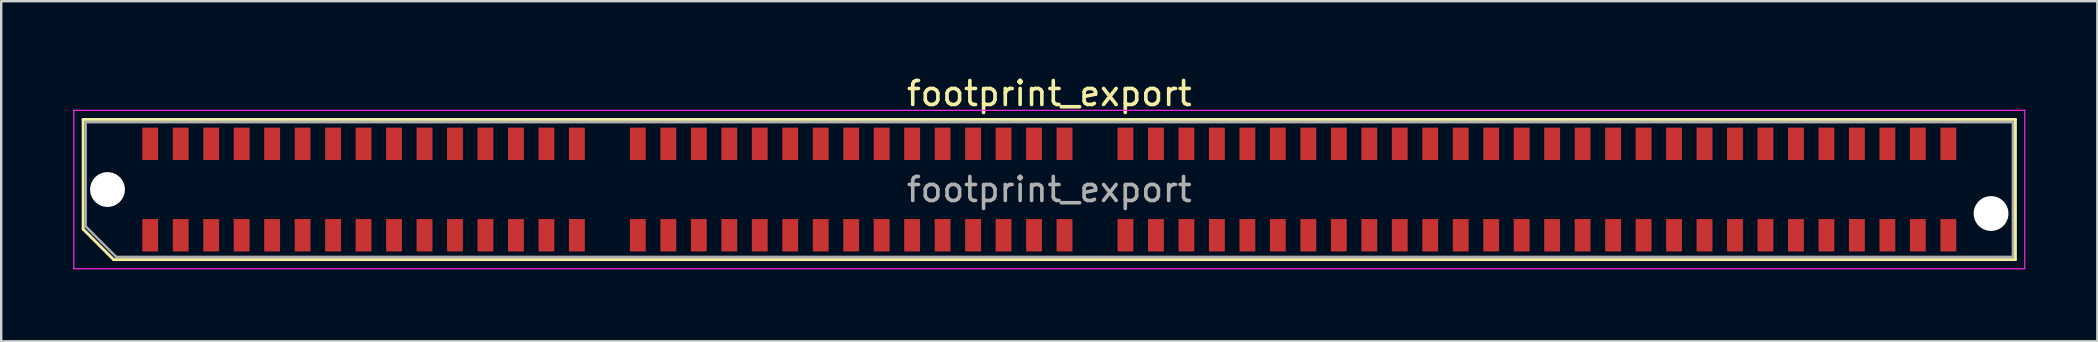
<source format=kicad_pcb>
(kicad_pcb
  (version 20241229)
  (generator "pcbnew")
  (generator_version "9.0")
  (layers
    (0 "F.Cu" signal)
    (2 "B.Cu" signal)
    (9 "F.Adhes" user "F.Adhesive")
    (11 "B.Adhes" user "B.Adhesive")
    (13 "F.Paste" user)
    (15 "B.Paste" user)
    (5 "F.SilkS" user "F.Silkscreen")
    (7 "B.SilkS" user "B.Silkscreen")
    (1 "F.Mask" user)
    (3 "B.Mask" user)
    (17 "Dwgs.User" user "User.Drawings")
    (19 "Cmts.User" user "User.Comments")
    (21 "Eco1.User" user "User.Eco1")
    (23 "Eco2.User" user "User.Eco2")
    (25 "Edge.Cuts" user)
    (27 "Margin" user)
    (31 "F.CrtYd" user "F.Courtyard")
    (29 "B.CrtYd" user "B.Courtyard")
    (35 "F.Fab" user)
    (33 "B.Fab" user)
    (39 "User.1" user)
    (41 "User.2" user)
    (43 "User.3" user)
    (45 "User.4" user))
  (footprint "footprint_export"
    (layer "F.Cu")
    (at 40.675 4.848)
    (property "Reference" "footprint_export" (at 0 -4 0) (layer "F.SilkS") (effects (font (size 1 1) (thickness 0.15))))
    (attr smd)
    (fp_line (start -40.26 -2.92) (end 40.26 -2.92) (stroke (width 0.12) (type solid)) (layer "F.SilkS"))
    (fp_line (start -40.26 1.65) (end -40.26 -2.92) (stroke (width 0.12) (type solid)) (layer "F.SilkS"))
    (fp_line (start -38.99 2.92) (end -40.26 1.65) (stroke (width 0.12) (type solid)) (layer "F.SilkS"))
    (fp_line (start -38.99 2.92) (end 40.26 2.92) (stroke (width 0.12) (type solid)) (layer "F.SilkS"))
    (fp_line (start 40.26 2.92) (end 40.26 -2.92) (stroke (width 0.12) (type solid)) (layer "F.SilkS"))
    (fp_line (start -40.65 -3.3) (end -40.65 3.3) (stroke (width 0.05) (type solid)) (layer "F.CrtYd"))
    (fp_line (start -40.65 3.3) (end 40.65 3.3) (stroke (width 0.05) (type solid)) (layer "F.CrtYd"))
    (fp_line (start 40.65 -3.3) (end -40.65 -3.3) (stroke (width 0.05) (type solid)) (layer "F.CrtYd"))
    (fp_line (start 40.65 3.3) (end 40.65 -3.3) (stroke (width 0.05) (type solid)) (layer "F.CrtYd"))
    (fp_line (start -40.155 -2.805) (end 40.155 -2.805) (stroke (width 0.1) (type solid)) (layer "F.Fab"))
    (fp_line (start -40.155 1.535) (end -40.155 -2.805) (stroke (width 0.1) (type solid)) (layer "F.Fab"))
    (fp_line (start -40.155 1.535) (end -38.885 2.805) (stroke (width 0.1) (type solid)) (layer "F.Fab"))
    (fp_line (start -38.885 2.805) (end 40.155 2.805) (stroke (width 0.1) (type solid)) (layer "F.Fab"))
    (fp_line (start 40.155 2.805) (end 40.155 -2.805) (stroke (width 0.1) (type solid)) (layer "F.Fab"))
    (fp_text user "${REFERENCE}" (at 0 0 0) (layer "F.Fab") (effects (font (size 1 1) (thickness 0.15))))
    (pad "" np_thru_hole circle (at -39.245 0) (size 1.45 1.45) (drill 1.45) (layers "*.Cu" "*.Mask"))
    (pad "" np_thru_hole circle (at 39.245 1) (size 1.45 1.45) (drill 1.45) (layers "*.Cu" "*.Mask"))
    (pad "1" smd rect (at -37.465 1.905) (size 0.66 1.35) (layers "F.Cu" "F.Mask" "F.Paste"))
    (pad "2" smd rect (at -37.465 -1.905) (size 0.66 1.35) (layers "F.Cu" "F.Mask" "F.Paste"))
    (pad "3" smd rect (at -36.195 1.905) (size 0.66 1.35) (layers "F.Cu" "F.Mask" "F.Paste"))
    (pad "4" smd rect (at -36.195 -1.905) (size 0.66 1.35) (layers "F.Cu" "F.Mask" "F.Paste"))
    (pad "5" smd rect (at -34.925 1.905) (size 0.66 1.35) (layers "F.Cu" "F.Mask" "F.Paste"))
    (pad "6" smd rect (at -34.925 -1.905) (size 0.66 1.35) (layers "F.Cu" "F.Mask" "F.Paste"))
    (pad "7" smd rect (at -33.655 1.905) (size 0.66 1.35) (layers "F.Cu" "F.Mask" "F.Paste"))
    (pad "8" smd rect (at -33.655 -1.905) (size 0.66 1.35) (layers "F.Cu" "F.Mask" "F.Paste"))
    (pad "9" smd rect (at -32.385 1.905) (size 0.66 1.35) (layers "F.Cu" "F.Mask" "F.Paste"))
    (pad "10" smd rect (at -32.385 -1.905) (size 0.66 1.35) (layers "F.Cu" "F.Mask" "F.Paste"))
    (pad "11" smd rect (at -31.115 1.905) (size 0.66 1.35) (layers "F.Cu" "F.Mask" "F.Paste"))
    (pad "12" smd rect (at -31.115 -1.905) (size 0.66 1.35) (layers "F.Cu" "F.Mask" "F.Paste"))
    (pad "13" smd rect (at -29.845 1.905) (size 0.66 1.35) (layers "F.Cu" "F.Mask" "F.Paste"))
    (pad "14" smd rect (at -29.845 -1.905) (size 0.66 1.35) (layers "F.Cu" "F.Mask" "F.Paste"))
    (pad "15" smd rect (at -28.575 1.905) (size 0.66 1.35) (layers "F.Cu" "F.Mask" "F.Paste"))
    (pad "16" smd rect (at -28.575 -1.905) (size 0.66 1.35) (layers "F.Cu" "F.Mask" "F.Paste"))
    (pad "17" smd rect (at -27.305 1.905) (size 0.66 1.35) (layers "F.Cu" "F.Mask" "F.Paste"))
    (pad "18" smd rect (at -27.305 -1.905) (size 0.66 1.35) (layers "F.Cu" "F.Mask" "F.Paste"))
    (pad "19" smd rect (at -26.035 1.905) (size 0.66 1.35) (layers "F.Cu" "F.Mask" "F.Paste"))
    (pad "20" smd rect (at -26.035 -1.905) (size 0.66 1.35) (layers "F.Cu" "F.Mask" "F.Paste"))
    (pad "21" smd rect (at -24.765 1.905) (size 0.66 1.35) (layers "F.Cu" "F.Mask" "F.Paste"))
    (pad "22" smd rect (at -24.765 -1.905) (size 0.66 1.35) (layers "F.Cu" "F.Mask" "F.Paste"))
    (pad "23" smd rect (at -23.495 1.905) (size 0.66 1.35) (layers "F.Cu" "F.Mask" "F.Paste"))
    (pad "24" smd rect (at -23.495 -1.905) (size 0.66 1.35) (layers "F.Cu" "F.Mask" "F.Paste"))
    (pad "25" smd rect (at -22.225 1.905) (size 0.66 1.35) (layers "F.Cu" "F.Mask" "F.Paste"))
    (pad "26" smd rect (at -22.225 -1.905) (size 0.66 1.35) (layers "F.Cu" "F.Mask" "F.Paste"))
    (pad "27" smd rect (at -20.955 1.905) (size 0.66 1.35) (layers "F.Cu" "F.Mask" "F.Paste"))
    (pad "28" smd rect (at -20.955 -1.905) (size 0.66 1.35) (layers "F.Cu" "F.Mask" "F.Paste"))
    (pad "29" smd rect (at -19.685 1.905) (size 0.66 1.35) (layers "F.Cu" "F.Mask" "F.Paste"))
    (pad "30" smd rect (at -19.685 -1.905) (size 0.66 1.35) (layers "F.Cu" "F.Mask" "F.Paste"))
    (pad "33" smd rect (at -17.145 1.905) (size 0.66 1.35) (layers "F.Cu" "F.Mask" "F.Paste"))
    (pad "34" smd rect (at -17.145 -1.905) (size 0.66 1.35) (layers "F.Cu" "F.Mask" "F.Paste"))
    (pad "35" smd rect (at -15.875 1.905) (size 0.66 1.35) (layers "F.Cu" "F.Mask" "F.Paste"))
    (pad "36" smd rect (at -15.875 -1.905) (size 0.66 1.35) (layers "F.Cu" "F.Mask" "F.Paste"))
    (pad "37" smd rect (at -14.605 1.905) (size 0.66 1.35) (layers "F.Cu" "F.Mask" "F.Paste"))
    (pad "38" smd rect (at -14.605 -1.905) (size 0.66 1.35) (layers "F.Cu" "F.Mask" "F.Paste"))
    (pad "39" smd rect (at -13.335 1.905) (size 0.66 1.35) (layers "F.Cu" "F.Mask" "F.Paste"))
    (pad "40" smd rect (at -13.335 -1.905) (size 0.66 1.35) (layers "F.Cu" "F.Mask" "F.Paste"))
    (pad "41" smd rect (at -12.065 1.905) (size 0.66 1.35) (layers "F.Cu" "F.Mask" "F.Paste"))
    (pad "42" smd rect (at -12.065 -1.905) (size 0.66 1.35) (layers "F.Cu" "F.Mask" "F.Paste"))
    (pad "43" smd rect (at -10.795 1.905) (size 0.66 1.35) (layers "F.Cu" "F.Mask" "F.Paste"))
    (pad "44" smd rect (at -10.795 -1.905) (size 0.66 1.35) (layers "F.Cu" "F.Mask" "F.Paste"))
    (pad "45" smd rect (at -9.525 1.905) (size 0.66 1.35) (layers "F.Cu" "F.Mask" "F.Paste"))
    (pad "46" smd rect (at -9.525 -1.905) (size 0.66 1.35) (layers "F.Cu" "F.Mask" "F.Paste"))
    (pad "47" smd rect (at -8.255 1.905) (size 0.66 1.35) (layers "F.Cu" "F.Mask" "F.Paste"))
    (pad "48" smd rect (at -8.255 -1.905) (size 0.66 1.35) (layers "F.Cu" "F.Mask" "F.Paste"))
    (pad "49" smd rect (at -6.985 1.905) (size 0.66 1.35) (layers "F.Cu" "F.Mask" "F.Paste"))
    (pad "50" smd rect (at -6.985 -1.905) (size 0.66 1.35) (layers "F.Cu" "F.Mask" "F.Paste"))
    (pad "51" smd rect (at -5.715 1.905) (size 0.66 1.35) (layers "F.Cu" "F.Mask" "F.Paste"))
    (pad "52" smd rect (at -5.715 -1.905) (size 0.66 1.35) (layers "F.Cu" "F.Mask" "F.Paste"))
    (pad "53" smd rect (at -4.445 1.905) (size 0.66 1.35) (layers "F.Cu" "F.Mask" "F.Paste"))
    (pad "54" smd rect (at -4.445 -1.905) (size 0.66 1.35) (layers "F.Cu" "F.Mask" "F.Paste"))
    (pad "55" smd rect (at -3.175 1.905) (size 0.66 1.35) (layers "F.Cu" "F.Mask" "F.Paste"))
    (pad "56" smd rect (at -3.175 -1.905) (size 0.66 1.35) (layers "F.Cu" "F.Mask" "F.Paste"))
    (pad "57" smd rect (at -1.905 1.905) (size 0.66 1.35) (layers "F.Cu" "F.Mask" "F.Paste"))
    (pad "58" smd rect (at -1.905 -1.905) (size 0.66 1.35) (layers "F.Cu" "F.Mask" "F.Paste"))
    (pad "59" smd rect (at -0.635 1.905) (size 0.66 1.35) (layers "F.Cu" "F.Mask" "F.Paste"))
    (pad "60" smd rect (at -0.635 -1.905) (size 0.66 1.35) (layers "F.Cu" "F.Mask" "F.Paste"))
    (pad "61" smd rect (at 0.635 1.905) (size 0.66 1.35) (layers "F.Cu" "F.Mask" "F.Paste"))
    (pad "62" smd rect (at 0.635 -1.905) (size 0.66 1.35) (layers "F.Cu" "F.Mask" "F.Paste"))
    (pad "65" smd rect (at 3.175 1.905) (size 0.66 1.35) (layers "F.Cu" "F.Mask" "F.Paste"))
    (pad "66" smd rect (at 3.175 -1.905) (size 0.66 1.35) (layers "F.Cu" "F.Mask" "F.Paste"))
    (pad "67" smd rect (at 4.445 1.905) (size 0.66 1.35) (layers "F.Cu" "F.Mask" "F.Paste"))
    (pad "68" smd rect (at 4.445 -1.905) (size 0.66 1.35) (layers "F.Cu" "F.Mask" "F.Paste"))
    (pad "69" smd rect (at 5.715 1.905) (size 0.66 1.35) (layers "F.Cu" "F.Mask" "F.Paste"))
    (pad "70" smd rect (at 5.715 -1.905) (size 0.66 1.35) (layers "F.Cu" "F.Mask" "F.Paste"))
    (pad "71" smd rect (at 6.985 1.905) (size 0.66 1.35) (layers "F.Cu" "F.Mask" "F.Paste"))
    (pad "72" smd rect (at 6.985 -1.905) (size 0.66 1.35) (layers "F.Cu" "F.Mask" "F.Paste"))
    (pad "73" smd rect (at 8.255 1.905) (size 0.66 1.35) (layers "F.Cu" "F.Mask" "F.Paste"))
    (pad "74" smd rect (at 8.255 -1.905) (size 0.66 1.35) (layers "F.Cu" "F.Mask" "F.Paste"))
    (pad "75" smd rect (at 9.525 1.905) (size 0.66 1.35) (layers "F.Cu" "F.Mask" "F.Paste"))
    (pad "76" smd rect (at 9.525 -1.905) (size 0.66 1.35) (layers "F.Cu" "F.Mask" "F.Paste"))
    (pad "77" smd rect (at 10.795 1.905) (size 0.66 1.35) (layers "F.Cu" "F.Mask" "F.Paste"))
    (pad "78" smd rect (at 10.795 -1.905) (size 0.66 1.35) (layers "F.Cu" "F.Mask" "F.Paste"))
    (pad "79" smd rect (at 12.065 1.905) (size 0.66 1.35) (layers "F.Cu" "F.Mask" "F.Paste"))
    (pad "80" smd rect (at 12.065 -1.905) (size 0.66 1.35) (layers "F.Cu" "F.Mask" "F.Paste"))
    (pad "81" smd rect (at 13.335 1.905) (size 0.66 1.35) (layers "F.Cu" "F.Mask" "F.Paste"))
    (pad "82" smd rect (at 13.335 -1.905) (size 0.66 1.35) (layers "F.Cu" "F.Mask" "F.Paste"))
    (pad "83" smd rect (at 14.605 1.905) (size 0.66 1.35) (layers "F.Cu" "F.Mask" "F.Paste"))
    (pad "84" smd rect (at 14.605 -1.905) (size 0.66 1.35) (layers "F.Cu" "F.Mask" "F.Paste"))
    (pad "85" smd rect (at 15.875 1.905) (size 0.66 1.35) (layers "F.Cu" "F.Mask" "F.Paste"))
    (pad "86" smd rect (at 15.875 -1.905) (size 0.66 1.35) (layers "F.Cu" "F.Mask" "F.Paste"))
    (pad "87" smd rect (at 17.145 1.905) (size 0.66 1.35) (layers "F.Cu" "F.Mask" "F.Paste"))
    (pad "88" smd rect (at 17.145 -1.905) (size 0.66 1.35) (layers "F.Cu" "F.Mask" "F.Paste"))
    (pad "89" smd rect (at 18.415 1.905) (size 0.66 1.35) (layers "F.Cu" "F.Mask" "F.Paste"))
    (pad "90" smd rect (at 18.415 -1.905) (size 0.66 1.35) (layers "F.Cu" "F.Mask" "F.Paste"))
    (pad "91" smd rect (at 19.685 1.905) (size 0.66 1.35) (layers "F.Cu" "F.Mask" "F.Paste"))
    (pad "92" smd rect (at 19.685 -1.905) (size 0.66 1.35) (layers "F.Cu" "F.Mask" "F.Paste"))
    (pad "93" smd rect (at 20.955 1.905) (size 0.66 1.35) (layers "F.Cu" "F.Mask" "F.Paste"))
    (pad "94" smd rect (at 20.955 -1.905) (size 0.66 1.35) (layers "F.Cu" "F.Mask" "F.Paste"))
    (pad "95" smd rect (at 22.225 1.905) (size 0.66 1.35) (layers "F.Cu" "F.Mask" "F.Paste"))
    (pad "96" smd rect (at 22.225 -1.905) (size 0.66 1.35) (layers "F.Cu" "F.Mask" "F.Paste"))
    (pad "97" smd rect (at 23.495 1.905) (size 0.66 1.35) (layers "F.Cu" "F.Mask" "F.Paste"))
    (pad "98" smd rect (at 23.495 -1.905) (size 0.66 1.35) (layers "F.Cu" "F.Mask" "F.Paste"))
    (pad "99" smd rect (at 24.765 1.905) (size 0.66 1.35) (layers "F.Cu" "F.Mask" "F.Paste"))
    (pad "100" smd rect (at 24.765 -1.905) (size 0.66 1.35) (layers "F.Cu" "F.Mask" "F.Paste"))
    (pad "101" smd rect (at 26.035 1.905) (size 0.66 1.35) (layers "F.Cu" "F.Mask" "F.Paste"))
    (pad "102" smd rect (at 26.035 -1.905) (size 0.66 1.35) (layers "F.Cu" "F.Mask" "F.Paste"))
    (pad "103" smd rect (at 27.305 1.905) (size 0.66 1.35) (layers "F.Cu" "F.Mask" "F.Paste"))
    (pad "104" smd rect (at 27.305 -1.905) (size 0.66 1.35) (layers "F.Cu" "F.Mask" "F.Paste"))
    (pad "105" smd rect (at 28.575 1.905) (size 0.66 1.35) (layers "F.Cu" "F.Mask" "F.Paste"))
    (pad "106" smd rect (at 28.575 -1.905) (size 0.66 1.35) (layers "F.Cu" "F.Mask" "F.Paste"))
    (pad "107" smd rect (at 29.845 1.905) (size 0.66 1.35) (layers "F.Cu" "F.Mask" "F.Paste"))
    (pad "108" smd rect (at 29.845 -1.905) (size 0.66 1.35) (layers "F.Cu" "F.Mask" "F.Paste"))
    (pad "109" smd rect (at 31.115 1.905) (size 0.66 1.35) (layers "F.Cu" "F.Mask" "F.Paste"))
    (pad "110" smd rect (at 31.115 -1.905) (size 0.66 1.35) (layers "F.Cu" "F.Mask" "F.Paste"))
    (pad "111" smd rect (at 32.385 1.905) (size 0.66 1.35) (layers "F.Cu" "F.Mask" "F.Paste"))
    (pad "112" smd rect (at 32.385 -1.905) (size 0.66 1.35) (layers "F.Cu" "F.Mask" "F.Paste"))
    (pad "113" smd rect (at 33.655 1.905) (size 0.66 1.35) (layers "F.Cu" "F.Mask" "F.Paste"))
    (pad "114" smd rect (at 33.655 -1.905) (size 0.66 1.35) (layers "F.Cu" "F.Mask" "F.Paste"))
    (pad "115" smd rect (at 34.925 1.905) (size 0.66 1.35) (layers "F.Cu" "F.Mask" "F.Paste"))
    (pad "116" smd rect (at 34.925 -1.905) (size 0.66 1.35) (layers "F.Cu" "F.Mask" "F.Paste"))
    (pad "117" smd rect (at 36.195 1.905) (size 0.66 1.35) (layers "F.Cu" "F.Mask" "F.Paste"))
    (pad "118" smd rect (at 36.195 -1.905) (size 0.66 1.35) (layers "F.Cu" "F.Mask" "F.Paste"))
    (pad "119" smd rect (at 37.465 1.905) (size 0.66 1.35) (layers "F.Cu" "F.Mask" "F.Paste"))
    (pad "120" smd rect (at 37.465 -1.905) (size 0.66 1.35) (layers "F.Cu" "F.Mask" "F.Paste")))
  (gr_rect
    (start -3 -3)
    (end 84.35 11.173)
    (stroke (width 0.1) (type default))
    (fill no)
    (layer "Edge.Cuts")))
</source>
